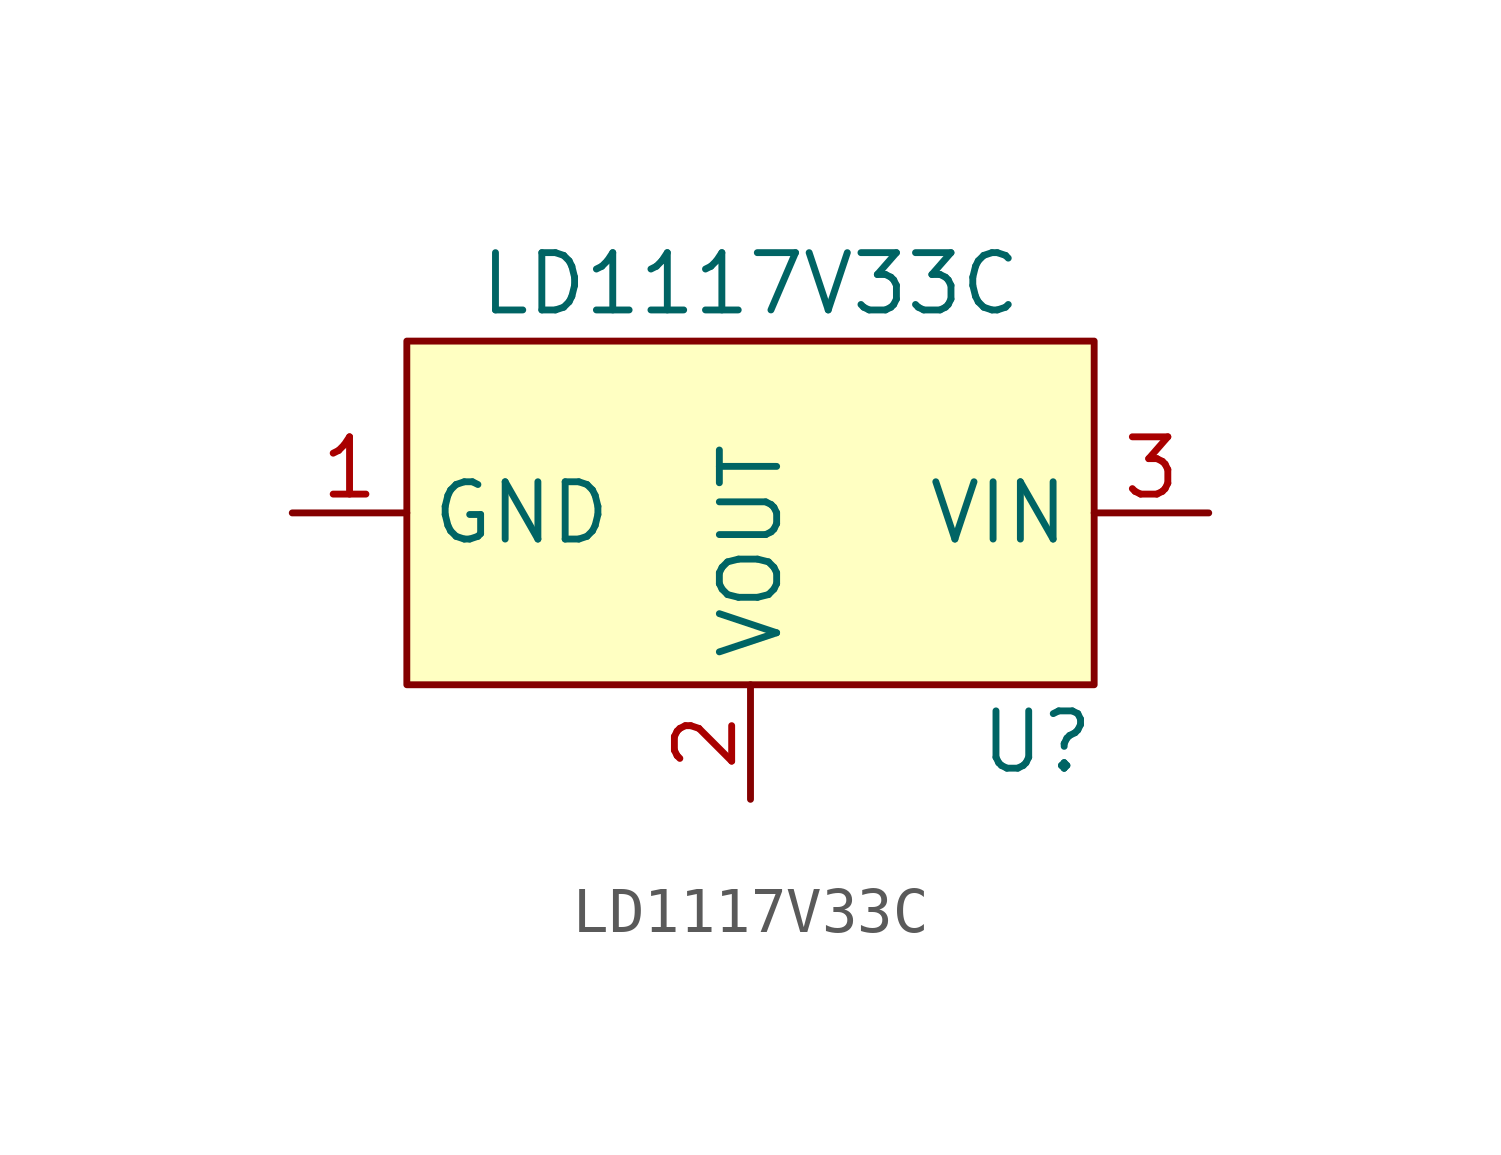
<source format=kicad_sym>
(kicad_symbol_lib
  (version 20211014)
  (generator kicad_symbol_editor)
  (symbol "LD1117V33C"
    (property "Reference" "U"
      (at 6.35 -5.08 0)
      (effects (font (size 1.27 1.27))))
    (property "Value" "LD1117V33C"
      (at 0 5.08 0)
      (effects (font (size 1.27 1.27))))
    (symbol "LD1117V33C_0_1"
      (rectangle (start -7.62 3.81) (end 7.62 -3.81) (stroke (width 0.152) (type default) (color 0 0 0 0)) (fill (type background))))
    (symbol "LD1117V33C_1_1"
      (pin output line (at -10.16 0 0) (length 2.54) (name "GND" (effects (font (size 1.27 1.27)))) (number "1" (effects (font (size 1.27 1.27)))))
      (pin output line (at 0 -6.35 90) (length 2.54) (name "VOUT" (effects (font (size 1.27 1.27)))) (number "2" (effects (font (size 1.27 1.27)))))
      (pin input line (at 10.16 0 180) (length 2.54) (name "VIN" (effects (font (size 1.27 1.27)))) (number "3" (effects (font (size 1.27 1.27))))))))
</source>
